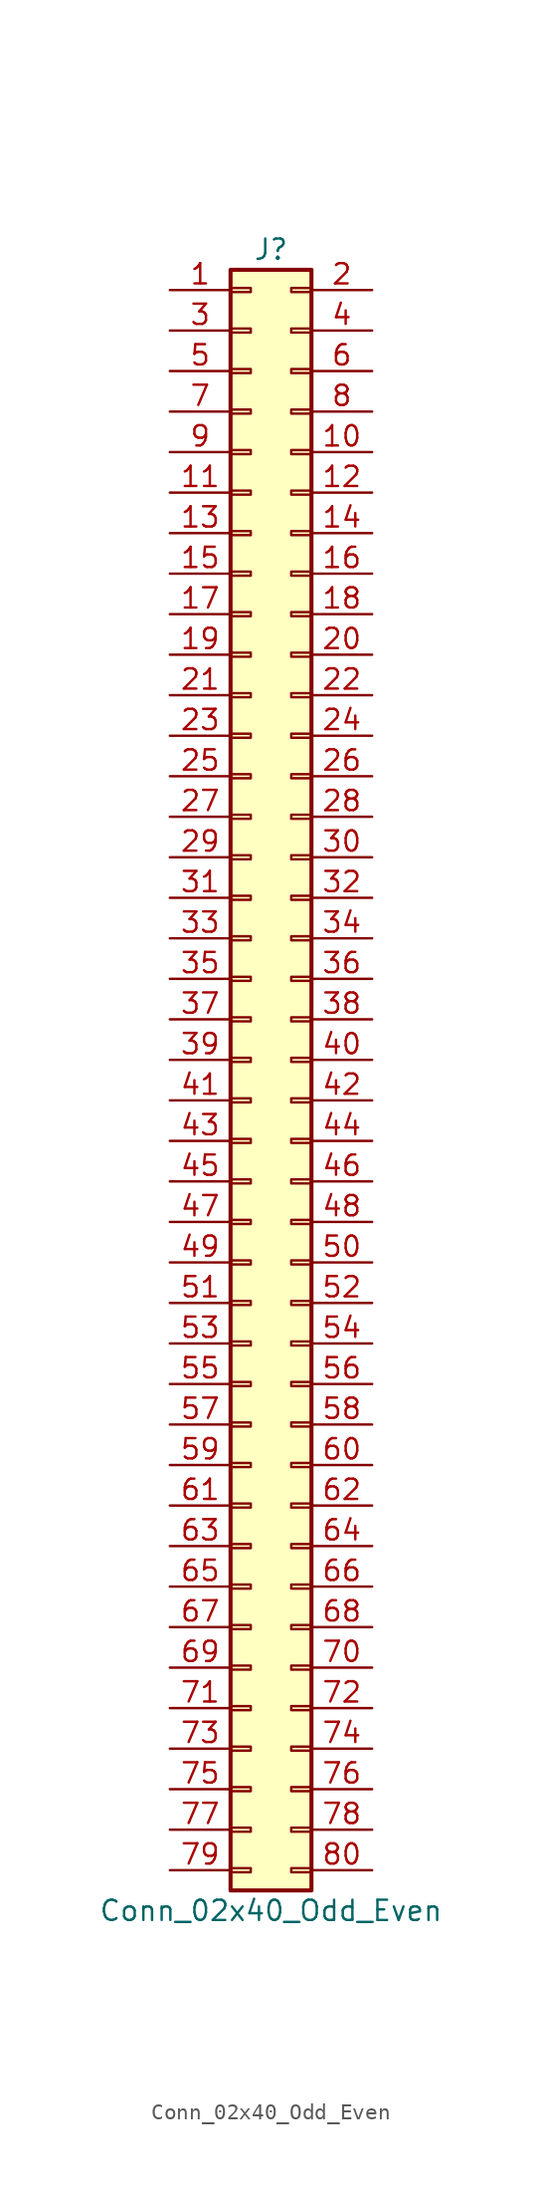
<source format=kicad_sym>
(kicad_symbol_lib
  (version 20201005)
  (generator kicad_symbol_editor)
  (symbol "Connector_Generic:Conn_02x40_Odd_Even"
    (pin_names
      (offset 1.016) hide)
    (property "Reference" "J"
      (at 1.27 50.8 0)
      (effects (font (size 1.27 1.27))))
    (property "Value" "Conn_02x40_Odd_Even"
      (at 1.27 -53.34 0)
      (effects (font (size 1.27 1.27))))
    (symbol "Conn_02x40_Odd_Even_1_1"
      (rectangle (start -1.27 -27.813) (end 0 -28.067) (stroke (width 0.152)) (fill (type none)))
      (rectangle (start -1.27 -30.353) (end 0 -30.607) (stroke (width 0.152)) (fill (type none)))
      (rectangle (start -1.27 -32.893) (end 0 -33.147) (stroke (width 0.152)) (fill (type none)))
      (rectangle (start -1.27 -35.433) (end 0 -35.687) (stroke (width 0.152)) (fill (type none)))
      (rectangle (start -1.27 -37.973) (end 0 -38.227) (stroke (width 0.152)) (fill (type none)))
      (rectangle (start -1.27 -40.513) (end 0 -40.767) (stroke (width 0.152)) (fill (type none)))
      (rectangle (start -1.27 -43.053) (end 0 -43.307) (stroke (width 0.152)) (fill (type none)))
      (rectangle (start -1.27 -45.593) (end 0 -45.847) (stroke (width 0.152)) (fill (type none)))
      (rectangle (start -1.27 -48.133) (end 0 -48.387) (stroke (width 0.152)) (fill (type none)))
      (rectangle (start -1.27 -4.953) (end 0 -5.207) (stroke (width 0.152)) (fill (type none)))
      (rectangle (start -1.27 -50.673) (end 0 -50.927) (stroke (width 0.152)) (fill (type none)))
      (rectangle (start -1.27 -7.493) (end 0 -7.747) (stroke (width 0.152)) (fill (type none)))
      (rectangle (start -1.27 -10.033) (end 0 -10.287) (stroke (width 0.152)) (fill (type none)))
      (rectangle (start -1.27 -12.573) (end 0 -12.827) (stroke (width 0.152)) (fill (type none)))
      (rectangle (start -1.27 -15.113) (end 0 -15.367) (stroke (width 0.152)) (fill (type none)))
      (rectangle (start -1.27 -17.653) (end 0 -17.907) (stroke (width 0.152)) (fill (type none)))
      (rectangle (start -1.27 -20.193) (end 0 -20.447) (stroke (width 0.152)) (fill (type none)))
      (rectangle (start -1.27 -22.733) (end 0 -22.987) (stroke (width 0.152)) (fill (type none)))
      (rectangle (start -1.27 -2.413) (end 0 -2.667) (stroke (width 0.152)) (fill (type none)))
      (rectangle (start -1.27 -25.273) (end 0 -25.527) (stroke (width 0.152)) (fill (type none)))
      (rectangle (start -1.27 25.527) (end 0 25.273) (stroke (width 0.152)) (fill (type none)))
      (rectangle (start -1.27 2.667) (end 0 2.413) (stroke (width 0.152)) (fill (type none)))
      (rectangle (start -1.27 28.067) (end 0 27.813) (stroke (width 0.152)) (fill (type none)))
      (rectangle (start -1.27 30.607) (end 0 30.353) (stroke (width 0.152)) (fill (type none)))
      (rectangle (start -1.27 33.147) (end 0 32.893) (stroke (width 0.152)) (fill (type none)))
      (rectangle (start -1.27 35.687) (end 0 35.433) (stroke (width 0.152)) (fill (type none)))
      (rectangle (start -1.27 38.227) (end 0 37.973) (stroke (width 0.152)) (fill (type none)))
      (rectangle (start -1.27 40.767) (end 0 40.513) (stroke (width 0.152)) (fill (type none)))
      (rectangle (start -1.27 43.307) (end 0 43.053) (stroke (width 0.152)) (fill (type none)))
      (rectangle (start -1.27 45.847) (end 0 45.593) (stroke (width 0.152)) (fill (type none)))
      (rectangle (start -1.27 48.387) (end 0 48.133) (stroke (width 0.152)) (fill (type none)))
      (rectangle (start -1.27 49.53) (end 3.81 -52.07) (stroke (width 0.254)) (fill (type background)))
      (rectangle (start -1.27 5.207) (end 0 4.953) (stroke (width 0.152)) (fill (type none)))
      (rectangle (start -1.27 7.747) (end 0 7.493) (stroke (width 0.152)) (fill (type none)))
      (rectangle (start -1.27 10.287) (end 0 10.033) (stroke (width 0.152)) (fill (type none)))
      (rectangle (start -1.27 0.127) (end 0 -0.127) (stroke (width 0.152)) (fill (type none)))
      (rectangle (start -1.27 12.827) (end 0 12.573) (stroke (width 0.152)) (fill (type none)))
      (rectangle (start -1.27 15.367) (end 0 15.113) (stroke (width 0.152)) (fill (type none)))
      (rectangle (start -1.27 17.907) (end 0 17.653) (stroke (width 0.152)) (fill (type none)))
      (rectangle (start -1.27 20.447) (end 0 20.193) (stroke (width 0.152)) (fill (type none)))
      (rectangle (start -1.27 22.987) (end 0 22.733) (stroke (width 0.152)) (fill (type none)))
      (rectangle (start 3.81 -27.813) (end 2.54 -28.067) (stroke (width 0.152)) (fill (type none)))
      (rectangle (start 3.81 -30.353) (end 2.54 -30.607) (stroke (width 0.152)) (fill (type none)))
      (rectangle (start 3.81 -32.893) (end 2.54 -33.147) (stroke (width 0.152)) (fill (type none)))
      (rectangle (start 3.81 -35.433) (end 2.54 -35.687) (stroke (width 0.152)) (fill (type none)))
      (rectangle (start 3.81 -37.973) (end 2.54 -38.227) (stroke (width 0.152)) (fill (type none)))
      (rectangle (start 3.81 -40.513) (end 2.54 -40.767) (stroke (width 0.152)) (fill (type none)))
      (rectangle (start 3.81 -43.053) (end 2.54 -43.307) (stroke (width 0.152)) (fill (type none)))
      (rectangle (start 3.81 -45.593) (end 2.54 -45.847) (stroke (width 0.152)) (fill (type none)))
      (rectangle (start 3.81 -48.133) (end 2.54 -48.387) (stroke (width 0.152)) (fill (type none)))
      (rectangle (start 3.81 -4.953) (end 2.54 -5.207) (stroke (width 0.152)) (fill (type none)))
      (rectangle (start 3.81 -50.673) (end 2.54 -50.927) (stroke (width 0.152)) (fill (type none)))
      (rectangle (start 3.81 -7.493) (end 2.54 -7.747) (stroke (width 0.152)) (fill (type none)))
      (rectangle (start 3.81 -10.033) (end 2.54 -10.287) (stroke (width 0.152)) (fill (type none)))
      (rectangle (start 3.81 -12.573) (end 2.54 -12.827) (stroke (width 0.152)) (fill (type none)))
      (rectangle (start 3.81 -15.113) (end 2.54 -15.367) (stroke (width 0.152)) (fill (type none)))
      (rectangle (start 3.81 -17.653) (end 2.54 -17.907) (stroke (width 0.152)) (fill (type none)))
      (rectangle (start 3.81 -20.193) (end 2.54 -20.447) (stroke (width 0.152)) (fill (type none)))
      (rectangle (start 3.81 -22.733) (end 2.54 -22.987) (stroke (width 0.152)) (fill (type none)))
      (rectangle (start 3.81 -2.413) (end 2.54 -2.667) (stroke (width 0.152)) (fill (type none)))
      (rectangle (start 3.81 -25.273) (end 2.54 -25.527) (stroke (width 0.152)) (fill (type none)))
      (rectangle (start 3.81 25.527) (end 2.54 25.273) (stroke (width 0.152)) (fill (type none)))
      (rectangle (start 3.81 2.667) (end 2.54 2.413) (stroke (width 0.152)) (fill (type none)))
      (rectangle (start 3.81 28.067) (end 2.54 27.813) (stroke (width 0.152)) (fill (type none)))
      (rectangle (start 3.81 30.607) (end 2.54 30.353) (stroke (width 0.152)) (fill (type none)))
      (rectangle (start 3.81 33.147) (end 2.54 32.893) (stroke (width 0.152)) (fill (type none)))
      (rectangle (start 3.81 35.687) (end 2.54 35.433) (stroke (width 0.152)) (fill (type none)))
      (rectangle (start 3.81 38.227) (end 2.54 37.973) (stroke (width 0.152)) (fill (type none)))
      (rectangle (start 3.81 40.767) (end 2.54 40.513) (stroke (width 0.152)) (fill (type none)))
      (rectangle (start 3.81 43.307) (end 2.54 43.053) (stroke (width 0.152)) (fill (type none)))
      (rectangle (start 3.81 45.847) (end 2.54 45.593) (stroke (width 0.152)) (fill (type none)))
      (rectangle (start 3.81 48.387) (end 2.54 48.133) (stroke (width 0.152)) (fill (type none)))
      (rectangle (start 3.81 5.207) (end 2.54 4.953) (stroke (width 0.152)) (fill (type none)))
      (rectangle (start 3.81 7.747) (end 2.54 7.493) (stroke (width 0.152)) (fill (type none)))
      (rectangle (start 3.81 10.287) (end 2.54 10.033) (stroke (width 0.152)) (fill (type none)))
      (rectangle (start 3.81 0.127) (end 2.54 -0.127) (stroke (width 0.152)) (fill (type none)))
      (rectangle (start 3.81 12.827) (end 2.54 12.573) (stroke (width 0.152)) (fill (type none)))
      (rectangle (start 3.81 15.367) (end 2.54 15.113) (stroke (width 0.152)) (fill (type none)))
      (rectangle (start 3.81 17.907) (end 2.54 17.653) (stroke (width 0.152)) (fill (type none)))
      (rectangle (start 3.81 20.447) (end 2.54 20.193) (stroke (width 0.152)) (fill (type none)))
      (rectangle (start 3.81 22.987) (end 2.54 22.733) (stroke (width 0.152)) (fill (type none)))
      (pin passive line (at -5.08 48.26 0) (length 3.81) (name "Pin_1" (effects (font (size 1.27 1.27)))) (number "1" (effects (font (size 1.27 1.27)))))
      (pin passive line (at 7.62 38.1 180) (length 3.81) (name "Pin_10" (effects (font (size 1.27 1.27)))) (number "10" (effects (font (size 1.27 1.27)))))
      (pin passive line (at -5.08 35.56 0) (length 3.81) (name "Pin_11" (effects (font (size 1.27 1.27)))) (number "11" (effects (font (size 1.27 1.27)))))
      (pin passive line (at 7.62 35.56 180) (length 3.81) (name "Pin_12" (effects (font (size 1.27 1.27)))) (number "12" (effects (font (size 1.27 1.27)))))
      (pin passive line (at -5.08 33.02 0) (length 3.81) (name "Pin_13" (effects (font (size 1.27 1.27)))) (number "13" (effects (font (size 1.27 1.27)))))
      (pin passive line (at 7.62 33.02 180) (length 3.81) (name "Pin_14" (effects (font (size 1.27 1.27)))) (number "14" (effects (font (size 1.27 1.27)))))
      (pin passive line (at -5.08 30.48 0) (length 3.81) (name "Pin_15" (effects (font (size 1.27 1.27)))) (number "15" (effects (font (size 1.27 1.27)))))
      (pin passive line (at 7.62 30.48 180) (length 3.81) (name "Pin_16" (effects (font (size 1.27 1.27)))) (number "16" (effects (font (size 1.27 1.27)))))
      (pin passive line (at -5.08 27.94 0) (length 3.81) (name "Pin_17" (effects (font (size 1.27 1.27)))) (number "17" (effects (font (size 1.27 1.27)))))
      (pin passive line (at 7.62 27.94 180) (length 3.81) (name "Pin_18" (effects (font (size 1.27 1.27)))) (number "18" (effects (font (size 1.27 1.27)))))
      (pin passive line (at -5.08 25.4 0) (length 3.81) (name "Pin_19" (effects (font (size 1.27 1.27)))) (number "19" (effects (font (size 1.27 1.27)))))
      (pin passive line (at 7.62 48.26 180) (length 3.81) (name "Pin_2" (effects (font (size 1.27 1.27)))) (number "2" (effects (font (size 1.27 1.27)))))
      (pin passive line (at 7.62 25.4 180) (length 3.81) (name "Pin_20" (effects (font (size 1.27 1.27)))) (number "20" (effects (font (size 1.27 1.27)))))
      (pin passive line (at -5.08 22.86 0) (length 3.81) (name "Pin_21" (effects (font (size 1.27 1.27)))) (number "21" (effects (font (size 1.27 1.27)))))
      (pin passive line (at 7.62 22.86 180) (length 3.81) (name "Pin_22" (effects (font (size 1.27 1.27)))) (number "22" (effects (font (size 1.27 1.27)))))
      (pin passive line (at -5.08 20.32 0) (length 3.81) (name "Pin_23" (effects (font (size 1.27 1.27)))) (number "23" (effects (font (size 1.27 1.27)))))
      (pin passive line (at 7.62 20.32 180) (length 3.81) (name "Pin_24" (effects (font (size 1.27 1.27)))) (number "24" (effects (font (size 1.27 1.27)))))
      (pin passive line (at -5.08 17.78 0) (length 3.81) (name "Pin_25" (effects (font (size 1.27 1.27)))) (number "25" (effects (font (size 1.27 1.27)))))
      (pin passive line (at 7.62 17.78 180) (length 3.81) (name "Pin_26" (effects (font (size 1.27 1.27)))) (number "26" (effects (font (size 1.27 1.27)))))
      (pin passive line (at -5.08 15.24 0) (length 3.81) (name "Pin_27" (effects (font (size 1.27 1.27)))) (number "27" (effects (font (size 1.27 1.27)))))
      (pin passive line (at 7.62 15.24 180) (length 3.81) (name "Pin_28" (effects (font (size 1.27 1.27)))) (number "28" (effects (font (size 1.27 1.27)))))
      (pin passive line (at -5.08 12.7 0) (length 3.81) (name "Pin_29" (effects (font (size 1.27 1.27)))) (number "29" (effects (font (size 1.27 1.27)))))
      (pin passive line (at -5.08 45.72 0) (length 3.81) (name "Pin_3" (effects (font (size 1.27 1.27)))) (number "3" (effects (font (size 1.27 1.27)))))
      (pin passive line (at 7.62 12.7 180) (length 3.81) (name "Pin_30" (effects (font (size 1.27 1.27)))) (number "30" (effects (font (size 1.27 1.27)))))
      (pin passive line (at -5.08 10.16 0) (length 3.81) (name "Pin_31" (effects (font (size 1.27 1.27)))) (number "31" (effects (font (size 1.27 1.27)))))
      (pin passive line (at 7.62 10.16 180) (length 3.81) (name "Pin_32" (effects (font (size 1.27 1.27)))) (number "32" (effects (font (size 1.27 1.27)))))
      (pin passive line (at -5.08 7.62 0) (length 3.81) (name "Pin_33" (effects (font (size 1.27 1.27)))) (number "33" (effects (font (size 1.27 1.27)))))
      (pin passive line (at 7.62 7.62 180) (length 3.81) (name "Pin_34" (effects (font (size 1.27 1.27)))) (number "34" (effects (font (size 1.27 1.27)))))
      (pin passive line (at -5.08 5.08 0) (length 3.81) (name "Pin_35" (effects (font (size 1.27 1.27)))) (number "35" (effects (font (size 1.27 1.27)))))
      (pin passive line (at 7.62 5.08 180) (length 3.81) (name "Pin_36" (effects (font (size 1.27 1.27)))) (number "36" (effects (font (size 1.27 1.27)))))
      (pin passive line (at -5.08 2.54 0) (length 3.81) (name "Pin_37" (effects (font (size 1.27 1.27)))) (number "37" (effects (font (size 1.27 1.27)))))
      (pin passive line (at 7.62 2.54 180) (length 3.81) (name "Pin_38" (effects (font (size 1.27 1.27)))) (number "38" (effects (font (size 1.27 1.27)))))
      (pin passive line (at -5.08 0 0) (length 3.81) (name "Pin_39" (effects (font (size 1.27 1.27)))) (number "39" (effects (font (size 1.27 1.27)))))
      (pin passive line (at 7.62 45.72 180) (length 3.81) (name "Pin_4" (effects (font (size 1.27 1.27)))) (number "4" (effects (font (size 1.27 1.27)))))
      (pin passive line (at 7.62 0 180) (length 3.81) (name "Pin_40" (effects (font (size 1.27 1.27)))) (number "40" (effects (font (size 1.27 1.27)))))
      (pin passive line (at -5.08 -2.54 0) (length 3.81) (name "Pin_41" (effects (font (size 1.27 1.27)))) (number "41" (effects (font (size 1.27 1.27)))))
      (pin passive line (at 7.62 -2.54 180) (length 3.81) (name "Pin_42" (effects (font (size 1.27 1.27)))) (number "42" (effects (font (size 1.27 1.27)))))
      (pin passive line (at -5.08 -5.08 0) (length 3.81) (name "Pin_43" (effects (font (size 1.27 1.27)))) (number "43" (effects (font (size 1.27 1.27)))))
      (pin passive line (at 7.62 -5.08 180) (length 3.81) (name "Pin_44" (effects (font (size 1.27 1.27)))) (number "44" (effects (font (size 1.27 1.27)))))
      (pin passive line (at -5.08 -7.62 0) (length 3.81) (name "Pin_45" (effects (font (size 1.27 1.27)))) (number "45" (effects (font (size 1.27 1.27)))))
      (pin passive line (at 7.62 -7.62 180) (length 3.81) (name "Pin_46" (effects (font (size 1.27 1.27)))) (number "46" (effects (font (size 1.27 1.27)))))
      (pin passive line (at -5.08 -10.16 0) (length 3.81) (name "Pin_47" (effects (font (size 1.27 1.27)))) (number "47" (effects (font (size 1.27 1.27)))))
      (pin passive line (at 7.62 -10.16 180) (length 3.81) (name "Pin_48" (effects (font (size 1.27 1.27)))) (number "48" (effects (font (size 1.27 1.27)))))
      (pin passive line (at -5.08 -12.7 0) (length 3.81) (name "Pin_49" (effects (font (size 1.27 1.27)))) (number "49" (effects (font (size 1.27 1.27)))))
      (pin passive line (at -5.08 43.18 0) (length 3.81) (name "Pin_5" (effects (font (size 1.27 1.27)))) (number "5" (effects (font (size 1.27 1.27)))))
      (pin passive line (at 7.62 -12.7 180) (length 3.81) (name "Pin_50" (effects (font (size 1.27 1.27)))) (number "50" (effects (font (size 1.27 1.27)))))
      (pin passive line (at -5.08 -15.24 0) (length 3.81) (name "Pin_51" (effects (font (size 1.27 1.27)))) (number "51" (effects (font (size 1.27 1.27)))))
      (pin passive line (at 7.62 -15.24 180) (length 3.81) (name "Pin_52" (effects (font (size 1.27 1.27)))) (number "52" (effects (font (size 1.27 1.27)))))
      (pin passive line (at -5.08 -17.78 0) (length 3.81) (name "Pin_53" (effects (font (size 1.27 1.27)))) (number "53" (effects (font (size 1.27 1.27)))))
      (pin passive line (at 7.62 -17.78 180) (length 3.81) (name "Pin_54" (effects (font (size 1.27 1.27)))) (number "54" (effects (font (size 1.27 1.27)))))
      (pin passive line (at -5.08 -20.32 0) (length 3.81) (name "Pin_55" (effects (font (size 1.27 1.27)))) (number "55" (effects (font (size 1.27 1.27)))))
      (pin passive line (at 7.62 -20.32 180) (length 3.81) (name "Pin_56" (effects (font (size 1.27 1.27)))) (number "56" (effects (font (size 1.27 1.27)))))
      (pin passive line (at -5.08 -22.86 0) (length 3.81) (name "Pin_57" (effects (font (size 1.27 1.27)))) (number "57" (effects (font (size 1.27 1.27)))))
      (pin passive line (at 7.62 -22.86 180) (length 3.81) (name "Pin_58" (effects (font (size 1.27 1.27)))) (number "58" (effects (font (size 1.27 1.27)))))
      (pin passive line (at -5.08 -25.4 0) (length 3.81) (name "Pin_59" (effects (font (size 1.27 1.27)))) (number "59" (effects (font (size 1.27 1.27)))))
      (pin passive line (at 7.62 43.18 180) (length 3.81) (name "Pin_6" (effects (font (size 1.27 1.27)))) (number "6" (effects (font (size 1.27 1.27)))))
      (pin passive line (at 7.62 -25.4 180) (length 3.81) (name "Pin_60" (effects (font (size 1.27 1.27)))) (number "60" (effects (font (size 1.27 1.27)))))
      (pin passive line (at -5.08 -27.94 0) (length 3.81) (name "Pin_61" (effects (font (size 1.27 1.27)))) (number "61" (effects (font (size 1.27 1.27)))))
      (pin passive line (at 7.62 -27.94 180) (length 3.81) (name "Pin_62" (effects (font (size 1.27 1.27)))) (number "62" (effects (font (size 1.27 1.27)))))
      (pin passive line (at -5.08 -30.48 0) (length 3.81) (name "Pin_63" (effects (font (size 1.27 1.27)))) (number "63" (effects (font (size 1.27 1.27)))))
      (pin passive line (at 7.62 -30.48 180) (length 3.81) (name "Pin_64" (effects (font (size 1.27 1.27)))) (number "64" (effects (font (size 1.27 1.27)))))
      (pin passive line (at -5.08 -33.02 0) (length 3.81) (name "Pin_65" (effects (font (size 1.27 1.27)))) (number "65" (effects (font (size 1.27 1.27)))))
      (pin passive line (at 7.62 -33.02 180) (length 3.81) (name "Pin_66" (effects (font (size 1.27 1.27)))) (number "66" (effects (font (size 1.27 1.27)))))
      (pin passive line (at -5.08 -35.56 0) (length 3.81) (name "Pin_67" (effects (font (size 1.27 1.27)))) (number "67" (effects (font (size 1.27 1.27)))))
      (pin passive line (at 7.62 -35.56 180) (length 3.81) (name "Pin_68" (effects (font (size 1.27 1.27)))) (number "68" (effects (font (size 1.27 1.27)))))
      (pin passive line (at -5.08 -38.1 0) (length 3.81) (name "Pin_69" (effects (font (size 1.27 1.27)))) (number "69" (effects (font (size 1.27 1.27)))))
      (pin passive line (at -5.08 40.64 0) (length 3.81) (name "Pin_7" (effects (font (size 1.27 1.27)))) (number "7" (effects (font (size 1.27 1.27)))))
      (pin passive line (at 7.62 -38.1 180) (length 3.81) (name "Pin_70" (effects (font (size 1.27 1.27)))) (number "70" (effects (font (size 1.27 1.27)))))
      (pin passive line (at -5.08 -40.64 0) (length 3.81) (name "Pin_71" (effects (font (size 1.27 1.27)))) (number "71" (effects (font (size 1.27 1.27)))))
      (pin passive line (at 7.62 -40.64 180) (length 3.81) (name "Pin_72" (effects (font (size 1.27 1.27)))) (number "72" (effects (font (size 1.27 1.27)))))
      (pin passive line (at -5.08 -43.18 0) (length 3.81) (name "Pin_73" (effects (font (size 1.27 1.27)))) (number "73" (effects (font (size 1.27 1.27)))))
      (pin passive line (at 7.62 -43.18 180) (length 3.81) (name "Pin_74" (effects (font (size 1.27 1.27)))) (number "74" (effects (font (size 1.27 1.27)))))
      (pin passive line (at -5.08 -45.72 0) (length 3.81) (name "Pin_75" (effects (font (size 1.27 1.27)))) (number "75" (effects (font (size 1.27 1.27)))))
      (pin passive line (at 7.62 -45.72 180) (length 3.81) (name "Pin_76" (effects (font (size 1.27 1.27)))) (number "76" (effects (font (size 1.27 1.27)))))
      (pin passive line (at -5.08 -48.26 0) (length 3.81) (name "Pin_77" (effects (font (size 1.27 1.27)))) (number "77" (effects (font (size 1.27 1.27)))))
      (pin passive line (at 7.62 -48.26 180) (length 3.81) (name "Pin_78" (effects (font (size 1.27 1.27)))) (number "78" (effects (font (size 1.27 1.27)))))
      (pin passive line (at -5.08 -50.8 0) (length 3.81) (name "Pin_79" (effects (font (size 1.27 1.27)))) (number "79" (effects (font (size 1.27 1.27)))))
      (pin passive line (at 7.62 40.64 180) (length 3.81) (name "Pin_8" (effects (font (size 1.27 1.27)))) (number "8" (effects (font (size 1.27 1.27)))))
      (pin passive line (at 7.62 -50.8 180) (length 3.81) (name "Pin_80" (effects (font (size 1.27 1.27)))) (number "80" (effects (font (size 1.27 1.27)))))
      (pin passive line (at -5.08 38.1 0) (length 3.81) (name "Pin_9" (effects (font (size 1.27 1.27)))) (number "9" (effects (font (size 1.27 1.27))))))))
</source>
